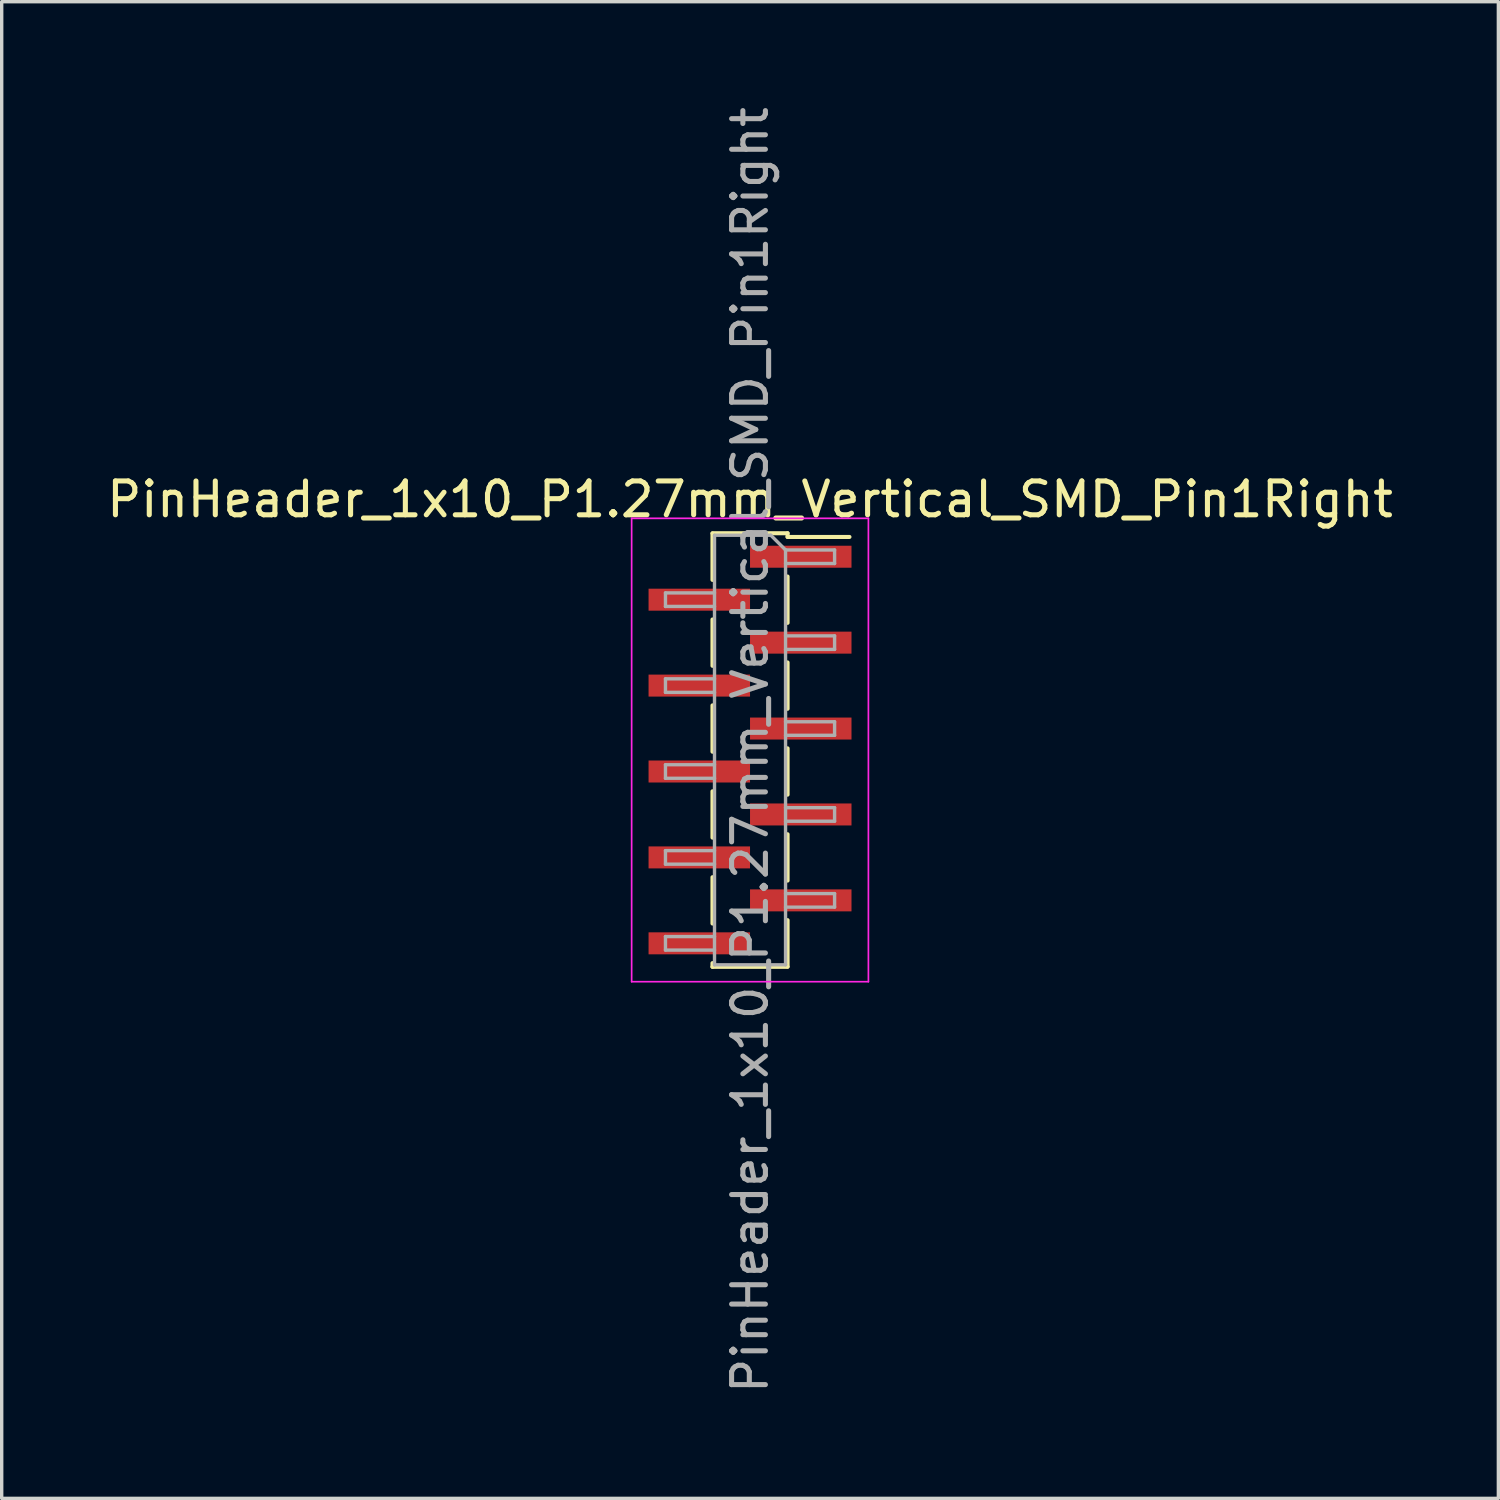
<source format=kicad_pcb>
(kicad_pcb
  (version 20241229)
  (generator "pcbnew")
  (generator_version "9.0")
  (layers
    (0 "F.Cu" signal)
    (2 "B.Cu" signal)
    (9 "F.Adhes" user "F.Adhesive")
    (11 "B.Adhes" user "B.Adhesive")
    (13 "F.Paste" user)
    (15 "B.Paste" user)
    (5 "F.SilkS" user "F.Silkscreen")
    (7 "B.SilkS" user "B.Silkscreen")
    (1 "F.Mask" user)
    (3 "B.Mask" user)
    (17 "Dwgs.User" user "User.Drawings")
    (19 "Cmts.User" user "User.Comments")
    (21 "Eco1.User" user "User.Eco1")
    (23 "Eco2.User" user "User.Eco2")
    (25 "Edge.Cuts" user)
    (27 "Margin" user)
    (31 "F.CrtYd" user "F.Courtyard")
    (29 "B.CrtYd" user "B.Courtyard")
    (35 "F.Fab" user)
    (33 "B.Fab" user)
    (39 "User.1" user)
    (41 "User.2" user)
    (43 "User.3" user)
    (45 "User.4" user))
  (footprint "PinHeader_1x10_P1.27mm_Vertical_SMD_Pin1Right"
    (layer "F.Cu")
    (at 19.125 19.125)
    (property "Reference" "PinHeader_1x10_P1.27mm_Vertical_SMD_Pin1Right" (at 0 -7.41 0) (layer "F.SilkS") (effects (font (size 1 1) (thickness 0.15))))
    (attr smd)
    (fp_line (start -1.11 -6.41) (end 1.11 -6.41) (stroke (width 0.12) (type solid)) (layer "F.SilkS"))
    (fp_line (start -1.11 -6.4) (end -1.11 -5.03) (stroke (width 0.12) (type solid)) (layer "F.SilkS"))
    (fp_line (start -1.11 -3.86) (end -1.11 -2.49) (stroke (width 0.12) (type solid)) (layer "F.SilkS"))
    (fp_line (start -1.11 -1.32) (end -1.11 0.05) (stroke (width 0.12) (type solid)) (layer "F.SilkS"))
    (fp_line (start -1.11 1.22) (end -1.11 2.59) (stroke (width 0.12) (type solid)) (layer "F.SilkS"))
    (fp_line (start -1.11 3.76) (end -1.11 5.13) (stroke (width 0.12) (type solid)) (layer "F.SilkS"))
    (fp_line (start -1.11 6.3) (end -1.11 6.41) (stroke (width 0.12) (type solid)) (layer "F.SilkS"))
    (fp_line (start -1.11 6.41) (end 1.11 6.41) (stroke (width 0.12) (type solid)) (layer "F.SilkS"))
    (fp_line (start 1.11 -6.41) (end 1.11 -6.3) (stroke (width 0.12) (type solid)) (layer "F.SilkS"))
    (fp_line (start 1.11 -6.3) (end 2.94 -6.3) (stroke (width 0.12) (type solid)) (layer "F.SilkS"))
    (fp_line (start 1.11 -5.13) (end 1.11 -3.76) (stroke (width 0.12) (type solid)) (layer "F.SilkS"))
    (fp_line (start 1.11 -2.59) (end 1.11 -1.22) (stroke (width 0.12) (type solid)) (layer "F.SilkS"))
    (fp_line (start 1.11 -0.05) (end 1.11 1.32) (stroke (width 0.12) (type solid)) (layer "F.SilkS"))
    (fp_line (start 1.11 2.49) (end 1.11 3.86) (stroke (width 0.12) (type solid)) (layer "F.SilkS"))
    (fp_line (start 1.11 5.03) (end 1.11 6.4) (stroke (width 0.12) (type solid)) (layer "F.SilkS"))
    (fp_line (start -3.5 -6.85) (end -3.5 6.85) (stroke (width 0.05) (type solid)) (layer "F.CrtYd"))
    (fp_line (start -3.5 6.85) (end 3.5 6.85) (stroke (width 0.05) (type solid)) (layer "F.CrtYd"))
    (fp_line (start 3.5 -6.85) (end -3.5 -6.85) (stroke (width 0.05) (type solid)) (layer "F.CrtYd"))
    (fp_line (start 3.5 6.85) (end 3.5 -6.85) (stroke (width 0.05) (type solid)) (layer "F.CrtYd"))
    (fp_line (start -2.5 -4.645) (end -2.5 -4.245) (stroke (width 0.1) (type solid)) (layer "F.Fab"))
    (fp_line (start -2.5 -4.245) (end -1.05 -4.245) (stroke (width 0.1) (type solid)) (layer "F.Fab"))
    (fp_line (start -2.5 -2.105) (end -2.5 -1.705) (stroke (width 0.1) (type solid)) (layer "F.Fab"))
    (fp_line (start -2.5 -1.705) (end -1.05 -1.705) (stroke (width 0.1) (type solid)) (layer "F.Fab"))
    (fp_line (start -2.5 0.435) (end -2.5 0.835) (stroke (width 0.1) (type solid)) (layer "F.Fab"))
    (fp_line (start -2.5 0.835) (end -1.05 0.835) (stroke (width 0.1) (type solid)) (layer "F.Fab"))
    (fp_line (start -2.5 2.975) (end -2.5 3.375) (stroke (width 0.1) (type solid)) (layer "F.Fab"))
    (fp_line (start -2.5 3.375) (end -1.05 3.375) (stroke (width 0.1) (type solid)) (layer "F.Fab"))
    (fp_line (start -2.5 5.515) (end -2.5 5.915) (stroke (width 0.1) (type solid)) (layer "F.Fab"))
    (fp_line (start -2.5 5.915) (end -1.05 5.915) (stroke (width 0.1) (type solid)) (layer "F.Fab"))
    (fp_line (start -1.05 -6.35) (end -1.05 6.35) (stroke (width 0.1) (type solid)) (layer "F.Fab"))
    (fp_line (start -1.05 -6.35) (end 0.615 -6.35) (stroke (width 0.1) (type solid)) (layer "F.Fab"))
    (fp_line (start -1.05 -4.645) (end -2.5 -4.645) (stroke (width 0.1) (type solid)) (layer "F.Fab"))
    (fp_line (start -1.05 -2.105) (end -2.5 -2.105) (stroke (width 0.1) (type solid)) (layer "F.Fab"))
    (fp_line (start -1.05 0.435) (end -2.5 0.435) (stroke (width 0.1) (type solid)) (layer "F.Fab"))
    (fp_line (start -1.05 2.975) (end -2.5 2.975) (stroke (width 0.1) (type solid)) (layer "F.Fab"))
    (fp_line (start -1.05 5.515) (end -2.5 5.515) (stroke (width 0.1) (type solid)) (layer "F.Fab"))
    (fp_line (start 1.05 -5.915) (end 0.615 -6.35) (stroke (width 0.1) (type solid)) (layer "F.Fab"))
    (fp_line (start 1.05 -5.915) (end 2.5 -5.915) (stroke (width 0.1) (type solid)) (layer "F.Fab"))
    (fp_line (start 1.05 -3.375) (end 2.5 -3.375) (stroke (width 0.1) (type solid)) (layer "F.Fab"))
    (fp_line (start 1.05 -0.835) (end 2.5 -0.835) (stroke (width 0.1) (type solid)) (layer "F.Fab"))
    (fp_line (start 1.05 1.705) (end 2.5 1.705) (stroke (width 0.1) (type solid)) (layer "F.Fab"))
    (fp_line (start 1.05 4.245) (end 2.5 4.245) (stroke (width 0.1) (type solid)) (layer "F.Fab"))
    (fp_line (start 1.05 6.35) (end -1.05 6.35) (stroke (width 0.1) (type solid)) (layer "F.Fab"))
    (fp_line (start 1.05 6.35) (end 1.05 -5.915) (stroke (width 0.1) (type solid)) (layer "F.Fab"))
    (fp_line (start 2.5 -5.915) (end 2.5 -5.515) (stroke (width 0.1) (type solid)) (layer "F.Fab"))
    (fp_line (start 2.5 -5.515) (end 1.05 -5.515) (stroke (width 0.1) (type solid)) (layer "F.Fab"))
    (fp_line (start 2.5 -3.375) (end 2.5 -2.975) (stroke (width 0.1) (type solid)) (layer "F.Fab"))
    (fp_line (start 2.5 -2.975) (end 1.05 -2.975) (stroke (width 0.1) (type solid)) (layer "F.Fab"))
    (fp_line (start 2.5 -0.835) (end 2.5 -0.435) (stroke (width 0.1) (type solid)) (layer "F.Fab"))
    (fp_line (start 2.5 -0.435) (end 1.05 -0.435) (stroke (width 0.1) (type solid)) (layer "F.Fab"))
    (fp_line (start 2.5 1.705) (end 2.5 2.105) (stroke (width 0.1) (type solid)) (layer "F.Fab"))
    (fp_line (start 2.5 2.105) (end 1.05 2.105) (stroke (width 0.1) (type solid)) (layer "F.Fab"))
    (fp_line (start 2.5 4.245) (end 2.5 4.645) (stroke (width 0.1) (type solid)) (layer "F.Fab"))
    (fp_line (start 2.5 4.645) (end 1.05 4.645) (stroke (width 0.1) (type solid)) (layer "F.Fab"))
    (fp_text user "${REFERENCE}" (at 0 0 90) (layer "F.Fab") (effects (font (size 1 1) (thickness 0.15))))
    (pad "1" smd rect (at 1.5 -5.715) (size 3 0.65) (layers "F.Cu" "F.Mask" "F.Paste"))
    (pad "2" smd rect (at -1.5 -4.445) (size 3 0.65) (layers "F.Cu" "F.Mask" "F.Paste"))
    (pad "3" smd rect (at 1.5 -3.175) (size 3 0.65) (layers "F.Cu" "F.Mask" "F.Paste"))
    (pad "4" smd rect (at -1.5 -1.905) (size 3 0.65) (layers "F.Cu" "F.Mask" "F.Paste"))
    (pad "5" smd rect (at 1.5 -0.635) (size 3 0.65) (layers "F.Cu" "F.Mask" "F.Paste"))
    (pad "6" smd rect (at -1.5 0.635) (size 3 0.65) (layers "F.Cu" "F.Mask" "F.Paste"))
    (pad "7" smd rect (at 1.5 1.905) (size 3 0.65) (layers "F.Cu" "F.Mask" "F.Paste"))
    (pad "8" smd rect (at -1.5 3.175) (size 3 0.65) (layers "F.Cu" "F.Mask" "F.Paste"))
    (pad "9" smd rect (at 1.5 4.445) (size 3 0.65) (layers "F.Cu" "F.Mask" "F.Paste"))
    (pad "10" smd rect (at -1.5 5.715) (size 3 0.65) (layers "F.Cu" "F.Mask" "F.Paste")))
  (gr_rect
    (start -3 -3)
    (end 41.25 41.25)
    (stroke (width 0.1) (type default))
    (fill no)
    (layer "Edge.Cuts")))
</source>
